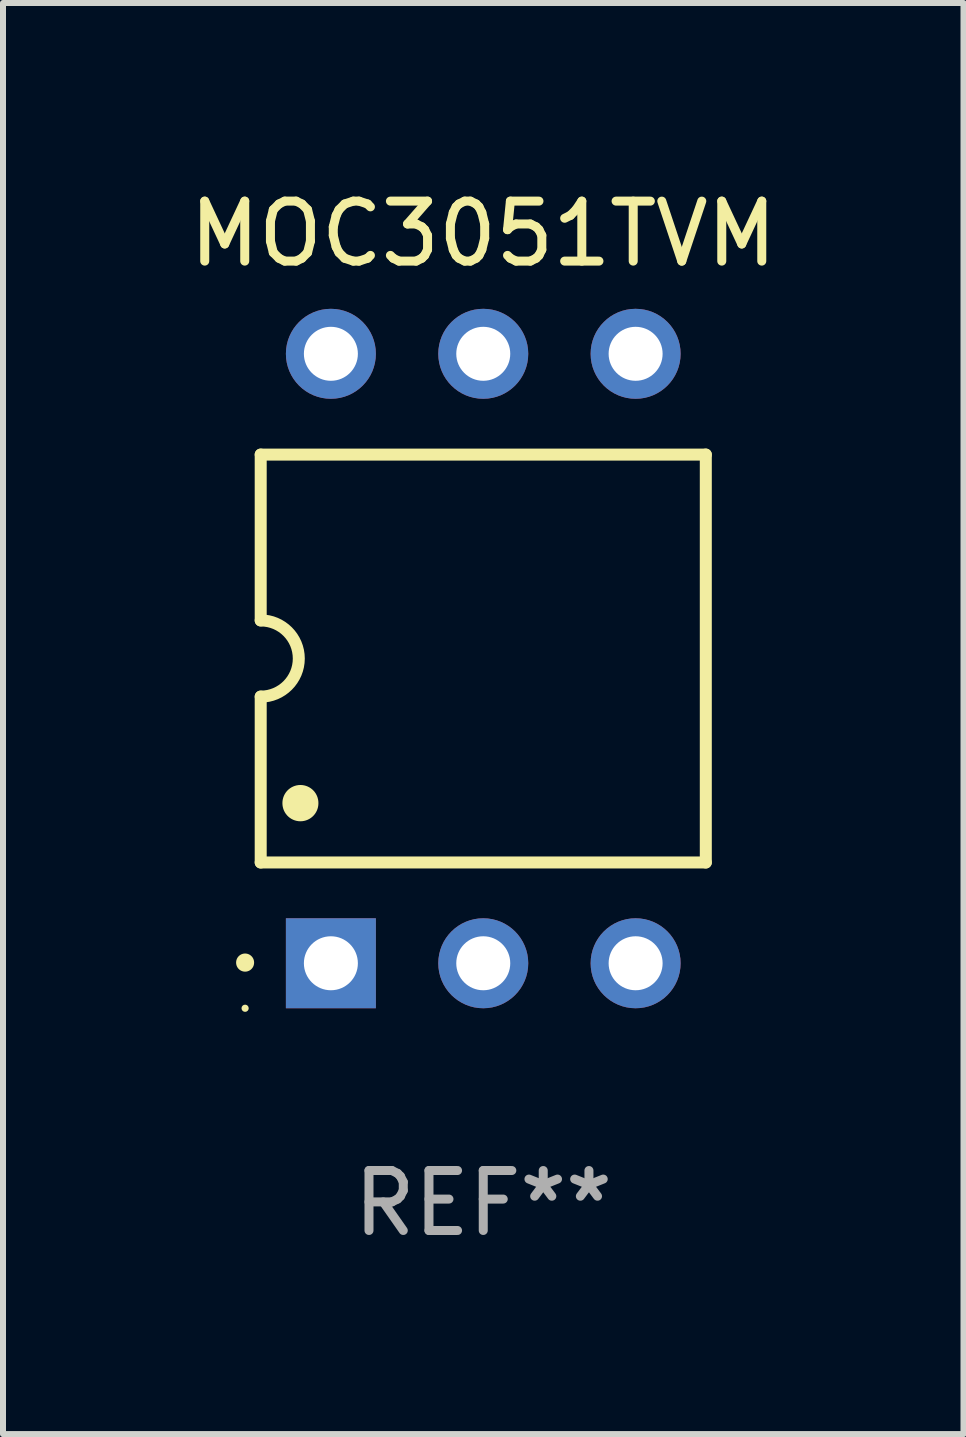
<source format=kicad_pcb>
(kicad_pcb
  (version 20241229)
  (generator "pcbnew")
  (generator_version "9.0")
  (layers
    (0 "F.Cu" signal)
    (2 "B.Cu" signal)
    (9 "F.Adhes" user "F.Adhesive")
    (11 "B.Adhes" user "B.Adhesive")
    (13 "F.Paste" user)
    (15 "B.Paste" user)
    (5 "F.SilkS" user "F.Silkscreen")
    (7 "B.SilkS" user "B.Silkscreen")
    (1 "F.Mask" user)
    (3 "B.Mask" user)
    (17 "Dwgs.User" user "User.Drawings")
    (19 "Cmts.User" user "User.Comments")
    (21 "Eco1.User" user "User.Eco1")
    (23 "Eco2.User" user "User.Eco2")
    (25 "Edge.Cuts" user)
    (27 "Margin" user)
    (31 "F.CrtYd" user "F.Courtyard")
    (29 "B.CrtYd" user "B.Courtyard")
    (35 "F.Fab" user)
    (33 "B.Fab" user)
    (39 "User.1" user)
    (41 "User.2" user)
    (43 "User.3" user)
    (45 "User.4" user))
  (footprint "MOC3051TVM"
    (layer "F.Cu")
    (at 5.006 7.928)
    (property "Reference" "MOC3051TVM" (at 0 -7.08 0) (layer "F.SilkS") (effects (font (size 1 1) (thickness 0.15))))
    (attr through_hole)
    (fp_line (start -3.71 -3.4) (end -3.71 -0.635) (stroke (width 0.2) (type solid)) (layer "F.SilkS"))
    (fp_line (start -3.71 -3.4) (end 3.71 -3.4) (stroke (width 0.2) (type solid)) (layer "F.SilkS"))
    (fp_line (start -3.71 0.634) (end -3.71 3.4) (stroke (width 0.2) (type solid)) (layer "F.SilkS"))
    (fp_line (start 3.71 3.4) (end -3.71 3.4) (stroke (width 0.2) (type solid)) (layer "F.SilkS"))
    (fp_line (start 3.71 3.4) (end 3.71 -3.4) (stroke (width 0.2) (type solid)) (layer "F.SilkS"))
    (fp_arc (start -3.970028 5.069901) (mid -3.970033 5.068631) (end -3.970028 5.067361) (stroke (width 0.3) (type solid)) (layer "F.SilkS"))
    (fp_arc (start -3.709982 -0.63495) (mid -3.074981 0.000051) (end -3.709982 0.635052) (stroke (width 0.2) (type solid)) (layer "F.SilkS"))
    (fp_arc (start -3.048006 2.413056) (mid -3.048017 2.410516) (end -3.048006 2.407976) (stroke (width 0.6) (type solid)) (layer "F.SilkS"))
    (fp_circle (center -3.97 5.83) (end -3.94 5.83) (stroke (width 0.06) (type solid)) (fill no) (layer "F.SilkS"))
    (fp_text user "REF**" (at 0 9.08 0) (layer "F.Fab") (effects (font (size 1 1) (thickness 0.15))))
    (pad "1" thru_hole rect (at -2.54 5.08 90) (size 1.5 1.5) (drill 0.9) (layers "*.Cu" "*.Mask"))
    (pad "2" thru_hole circle (at 0.000051 5.08) (size 1.5 1.5) (drill 0.9) (layers "*.Cu" "*.Mask"))
    (pad "3" thru_hole circle (at 2.54 5.08) (size 1.5 1.5) (drill 0.9) (layers "*.Cu" "*.Mask"))
    (pad "4" thru_hole circle (at 2.54 -5.08) (size 1.5 1.5) (drill 0.9) (layers "*.Cu" "*.Mask"))
    (pad "5" thru_hole circle (at 0.000051 -5.08) (size 1.5 1.5) (drill 0.9) (layers "*.Cu" "*.Mask"))
    (pad "6" thru_hole circle (at -2.54 -5.08) (size 1.5 1.5) (drill 0.9) (layers "*.Cu" "*.Mask")))
  (gr_rect
    (start -3 -3)
    (end 13.012 20.857)
    (stroke (width 0.1) (type default))
    (fill no)
    (layer "Edge.Cuts")))
</source>
